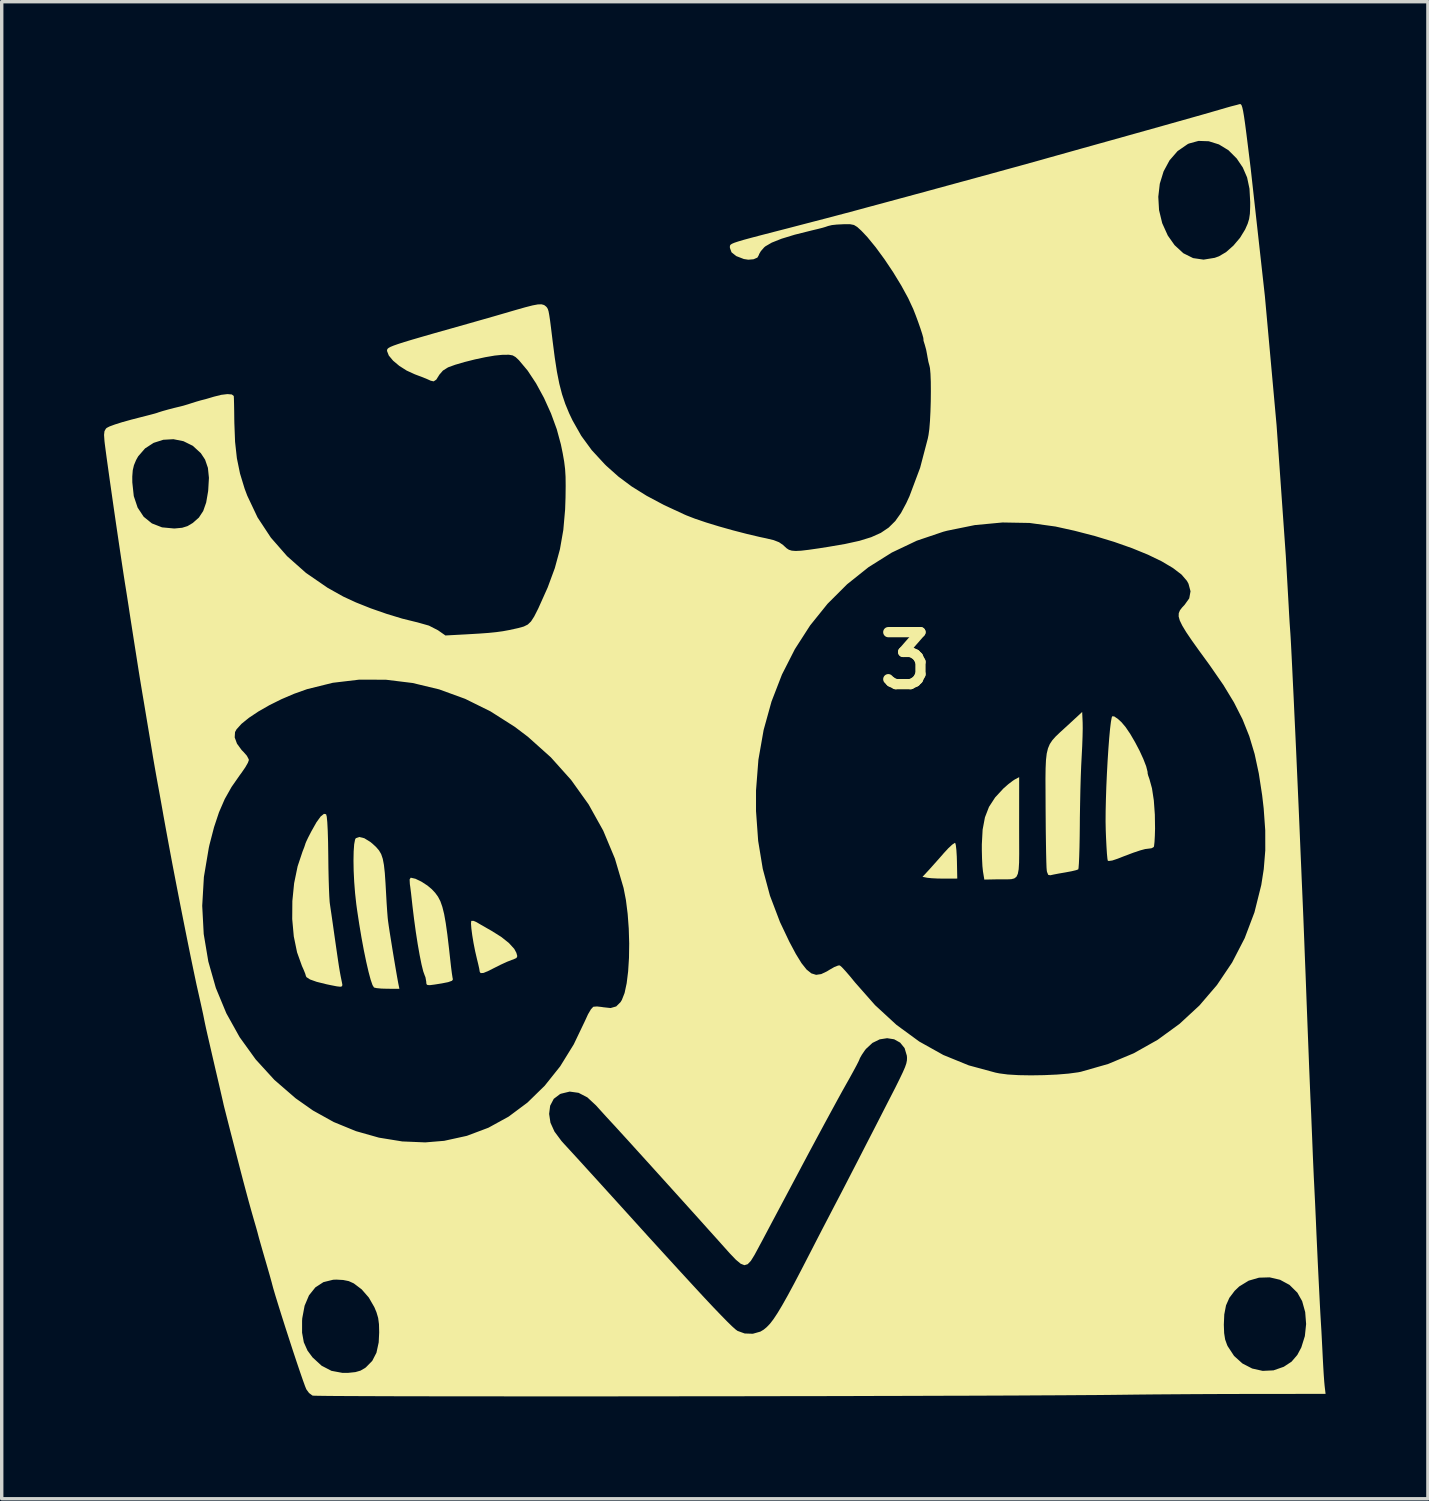
<source format=kicad_pcb>
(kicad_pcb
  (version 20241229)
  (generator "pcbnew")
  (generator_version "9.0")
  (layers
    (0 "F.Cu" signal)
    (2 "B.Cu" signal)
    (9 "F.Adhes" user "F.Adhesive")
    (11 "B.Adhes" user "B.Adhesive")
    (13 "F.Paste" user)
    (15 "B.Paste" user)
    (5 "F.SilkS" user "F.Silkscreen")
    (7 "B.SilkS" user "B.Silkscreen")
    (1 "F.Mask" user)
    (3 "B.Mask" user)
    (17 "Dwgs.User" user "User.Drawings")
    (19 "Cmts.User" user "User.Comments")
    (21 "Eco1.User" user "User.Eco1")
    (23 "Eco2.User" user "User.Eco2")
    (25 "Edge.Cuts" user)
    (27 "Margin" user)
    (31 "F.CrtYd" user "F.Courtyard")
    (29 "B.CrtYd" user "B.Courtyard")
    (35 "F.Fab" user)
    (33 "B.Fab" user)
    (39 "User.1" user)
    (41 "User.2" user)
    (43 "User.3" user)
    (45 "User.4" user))
  (footprint "3"
    (layer "F.Cu")
    (at 23.494 16.313)
    (property "Reference" "3" (at 0 0 0) (layer "F.SilkS") (effects (font (size 1.524 1.524) (thickness 0.3))))
    (attr board_only exclude_from_pos_files exclude_from_bom)
    (fp_poly (pts (xy 1.454 5.345) (xy 1.472 5.41) (xy 1.488 5.551) (xy 1.5 5.745) (xy 1.504 5.887) (xy 1.514 6.388) (xy 1.144 6.39) (xy 0.941 6.387) (xy 0.759 6.378) (xy 0.637 6.365) (xy 0.635 6.365) (xy 0.495 6.337) (xy 0.66 6.16) (xy 0.771 6.037) (xy 0.92 5.87) (xy 1.079 5.69) (xy 1.119 5.643) (xy 1.253 5.498) (xy 1.365 5.394) (xy 1.438 5.344)) (stroke (width 0) (type solid)) (fill yes) (layer "F.SilkS"))
    (fp_poly (pts (xy 3.327 4.887) (xy 3.328 5.318) (xy 3.329 5.659) (xy 3.326 5.921) (xy 3.314 6.114) (xy 3.289 6.249) (xy 3.248 6.335) (xy 3.185 6.384) (xy 3.097 6.406) (xy 2.979 6.411) (xy 2.828 6.41) (xy 2.716 6.41) (xy 2.307 6.418) (xy 2.267 6.177) (xy 2.251 6.024) (xy 2.24 5.805) (xy 2.234 5.554) (xy 2.234 5.386) (xy 2.257 4.954) (xy 2.325 4.594) (xy 2.444 4.287) (xy 2.624 4.01) (xy 2.871 3.743) (xy 2.873 3.742) (xy 3.012 3.62) (xy 3.144 3.52) (xy 3.201 3.483) (xy 3.328 3.416)) (stroke (width 0) (type solid)) (fill yes) (layer "F.SilkS"))
    (fp_poly (pts (xy -12.565 7.672) (xy -12.56 7.676) (xy -12.443 7.745) (xy -12.279 7.839) (xy -12.14 7.918) (xy -11.856 8.096) (xy -11.628 8.277) (xy -11.471 8.449) (xy -11.409 8.564) (xy -11.382 8.662) (xy -11.406 8.716) (xy -11.501 8.759) (xy -11.541 8.772) (xy -11.682 8.827) (xy -11.867 8.912) (xy -12.042 9) (xy -12.248 9.104) (xy -12.383 9.156) (xy -12.458 9.158) (xy -12.485 9.115) (xy -12.485 9.105) (xy -12.498 9.026) (xy -12.53 8.884) (xy -12.565 8.742) (xy -12.617 8.518) (xy -12.664 8.28) (xy -12.702 8.051) (xy -12.728 7.851) (xy -12.739 7.704) (xy -12.731 7.63) (xy -12.729 7.628) (xy -12.667 7.627)) (stroke (width 0) (type solid)) (fill yes) (layer "F.SilkS"))
    (fp_poly (pts (xy -14.367 6.394) (xy -14.193 6.478) (xy -14.014 6.594) (xy -13.887 6.701) (xy -13.788 6.807) (xy -13.705 6.921) (xy -13.636 7.054) (xy -13.578 7.22) (xy -13.526 7.429) (xy -13.479 7.694) (xy -13.432 8.027) (xy -13.383 8.441) (xy -13.348 8.76) (xy -13.323 8.982) (xy -13.299 9.169) (xy -13.279 9.298) (xy -13.269 9.341) (xy -13.294 9.383) (xy -13.408 9.424) (xy -13.595 9.461) (xy -13.808 9.495) (xy -13.942 9.512) (xy -14.014 9.508) (xy -14.044 9.482) (xy -14.05 9.432) (xy -14.05 9.415) (xy -14.073 9.283) (xy -14.097 9.223) (xy -14.139 9.106) (xy -14.189 8.905) (xy -14.243 8.636) (xy -14.3 8.314) (xy -14.356 7.954) (xy -14.408 7.574) (xy -14.455 7.187) (xy -14.474 7.014) (xy -14.496 6.816) (xy -14.52 6.626) (xy -14.531 6.55) (xy -14.538 6.414) (xy -14.506 6.363) (xy -14.503 6.363)) (stroke (width 0) (type solid)) (fill yes) (layer "F.SilkS"))
    (fp_poly (pts (xy -15.866 5.206) (xy -15.693 5.312) (xy -15.623 5.369) (xy -15.517 5.468) (xy -15.434 5.565) (xy -15.371 5.674) (xy -15.325 5.81) (xy -15.291 5.989) (xy -15.265 6.224) (xy -15.244 6.532) (xy -15.225 6.871) (xy -15.211 7.12) (xy -15.195 7.355) (xy -15.18 7.544) (xy -15.171 7.623) (xy -15.152 7.76) (xy -15.12 7.972) (xy -15.078 8.233) (xy -15.032 8.52) (xy -14.984 8.808) (xy -14.939 9.073) (xy -14.901 9.292) (xy -14.874 9.44) (xy -14.871 9.456) (xy -14.838 9.619) (xy -15.181 9.618) (xy -15.363 9.613) (xy -15.507 9.599) (xy -15.582 9.581) (xy -15.626 9.509) (xy -15.68 9.352) (xy -15.742 9.121) (xy -15.809 8.831) (xy -15.879 8.493) (xy -15.948 8.121) (xy -16.014 7.728) (xy -16.075 7.327) (xy -16.101 7.139) (xy -16.136 6.819) (xy -16.162 6.488) (xy -16.178 6.162) (xy -16.183 5.858) (xy -16.178 5.593) (xy -16.163 5.383) (xy -16.137 5.247) (xy -16.116 5.206) (xy -16.013 5.169)) (stroke (width 0) (type solid)) (fill yes) (layer "F.SilkS"))
    (fp_poly (pts (xy 6.115 1.636) (xy 6.224 1.711) (xy 6.328 1.806) (xy 6.449 1.95) (xy 6.585 2.151) (xy 6.724 2.389) (xy 6.856 2.64) (xy 6.968 2.884) (xy 7.051 3.098) (xy 7.092 3.26) (xy 7.094 3.307) (xy 7.109 3.367) (xy 7.146 3.471) (xy 7.221 3.743) (xy 7.275 4.097) (xy 7.305 4.514) (xy 7.311 4.923) (xy 7.305 5.138) (xy 7.295 5.316) (xy 7.282 5.432) (xy 7.274 5.462) (xy 7.206 5.5) (xy 7.121 5.511) (xy 7.022 5.523) (xy 6.877 5.562) (xy 6.671 5.631) (xy 6.393 5.736) (xy 6.215 5.806) (xy 6.057 5.859) (xy 5.953 5.873) (xy 5.925 5.862) (xy 5.914 5.798) (xy 5.9 5.651) (xy 5.887 5.44) (xy 5.874 5.182) (xy 5.866 4.973) (xy 5.861 4.716) (xy 5.863 4.408) (xy 5.871 4.062) (xy 5.883 3.694) (xy 5.9 3.316) (xy 5.92 2.945) (xy 5.943 2.593) (xy 5.967 2.276) (xy 5.992 2.006) (xy 6.017 1.799) (xy 6.041 1.668) (xy 6.056 1.631)) (stroke (width 0) (type solid)) (fill yes) (layer "F.SilkS"))
    (fp_poly (pts (xy 5.189 1.817) (xy 5.191 1.987) (xy 5.186 2.226) (xy 5.176 2.505) (xy 5.161 2.793) (xy 5.159 2.831) (xy 5.146 3.087) (xy 5.133 3.419) (xy 5.122 3.801) (xy 5.114 4.208) (xy 5.107 4.615) (xy 5.106 4.809) (xy 5.102 5.157) (xy 5.096 5.471) (xy 5.088 5.738) (xy 5.079 5.944) (xy 5.069 6.075) (xy 5.061 6.118) (xy 4.997 6.142) (xy 4.862 6.174) (xy 4.685 6.207) (xy 4.675 6.209) (xy 4.488 6.241) (xy 4.333 6.271) (xy 4.244 6.291) (xy 4.243 6.291) (xy 4.181 6.281) (xy 4.144 6.193) (xy 4.137 6.151) (xy 4.13 6.062) (xy 4.124 5.887) (xy 4.118 5.637) (xy 4.113 5.327) (xy 4.108 4.969) (xy 4.105 4.577) (xy 4.103 4.318) (xy 4.101 3.848) (xy 4.099 3.466) (xy 4.103 3.159) (xy 4.114 2.916) (xy 4.136 2.724) (xy 4.173 2.571) (xy 4.227 2.444) (xy 4.302 2.332) (xy 4.401 2.221) (xy 4.528 2.1) (xy 4.685 1.957) (xy 4.741 1.906) (xy 5.175 1.505)) (stroke (width 0) (type solid)) (fill yes) (layer "F.SilkS"))
    (fp_poly (pts (xy -16.986 4.503) (xy -16.967 4.572) (xy -16.951 4.735) (xy -16.938 4.985) (xy -16.928 5.316) (xy -16.922 5.721) (xy -16.922 5.722) (xy -16.918 6.069) (xy -16.911 6.394) (xy -16.902 6.682) (xy -16.892 6.913) (xy -16.882 7.07) (xy -16.877 7.114) (xy -16.859 7.24) (xy -16.829 7.442) (xy -16.792 7.699) (xy -16.751 7.989) (xy -16.722 8.191) (xy -16.674 8.525) (xy -16.637 8.779) (xy -16.608 8.971) (xy -16.583 9.12) (xy -16.56 9.245) (xy -16.536 9.364) (xy -16.522 9.431) (xy -16.509 9.503) (xy -16.519 9.545) (xy -16.568 9.559) (xy -16.673 9.547) (xy -16.851 9.512) (xy -16.975 9.486) (xy -17.261 9.415) (xy -17.458 9.345) (xy -17.562 9.277) (xy -17.578 9.243) (xy -17.599 9.172) (xy -17.651 9.045) (xy -17.693 8.952) (xy -17.837 8.55) (xy -17.933 8.083) (xy -17.979 7.575) (xy -17.975 7.048) (xy -17.923 6.525) (xy -17.821 6.03) (xy -17.677 5.598) (xy -17.627 5.471) (xy -17.598 5.385) (xy -17.596 5.373) (xy -17.572 5.313) (xy -17.514 5.19) (xy -17.431 5.029) (xy -17.418 5.004) (xy -17.268 4.738) (xy -17.144 4.567) (xy -17.048 4.491)) (stroke (width 0) (type solid)) (fill yes) (layer "F.SilkS"))
    (fp_poly (pts (xy 9.828 -16.304) (xy 9.849 -16.272) (xy 9.87 -16.208) (xy 9.893 -16.103) (xy 9.919 -15.949) (xy 9.95 -15.735) (xy 9.987 -15.452) (xy 10.032 -15.093) (xy 10.087 -14.647) (xy 10.115 -14.419) (xy 10.53 -10.685) (xy 10.873 -6.898) (xy 11.143 -3.078) (xy 11.226 -1.628) (xy 11.24 -1.367) (xy 11.256 -1.101) (xy 11.272 -0.872) (xy 11.277 -0.802) (xy 11.285 -0.676) (xy 11.297 -0.461) (xy 11.312 -0.167) (xy 11.33 0.194) (xy 11.35 0.613) (xy 11.373 1.078) (xy 11.396 1.578) (xy 11.421 2.104) (xy 11.446 2.643) (xy 11.47 3.185) (xy 11.494 3.721) (xy 11.517 4.237) (xy 11.538 4.725) (xy 11.548 4.96) (xy 11.564 5.34) (xy 11.58 5.722) (xy 11.596 6.083) (xy 11.609 6.401) (xy 11.62 6.652) (xy 11.624 6.738) (xy 11.634 6.974) (xy 11.645 7.23) (xy 11.657 7.517) (xy 11.67 7.847) (xy 11.685 8.23) (xy 11.702 8.677) (xy 11.723 9.201) (xy 11.746 9.811) (xy 11.75 9.92) (xy 11.774 10.544) (xy 11.795 11.079) (xy 11.813 11.537) (xy 11.828 11.928) (xy 11.842 12.265) (xy 11.854 12.558) (xy 11.865 12.818) (xy 11.875 13.026) (xy 11.887 13.292) (xy 11.9 13.615) (xy 11.914 13.953) (xy 11.925 14.228) (xy 11.937 14.531) (xy 11.951 14.847) (xy 11.964 15.139) (xy 11.975 15.355) (xy 11.987 15.6) (xy 12.002 15.901) (xy 12.016 16.213) (xy 12.025 16.407) (xy 12.042 16.809) (xy 12.062 17.236) (xy 12.082 17.67) (xy 12.103 18.096) (xy 12.123 18.495) (xy 12.141 18.852) (xy 12.157 19.15) (xy 12.17 19.371) (xy 12.174 19.438) (xy 12.187 19.648) (xy 12.201 19.918) (xy 12.216 20.21) (xy 12.226 20.415) (xy 12.24 20.678) (xy 12.255 20.928) (xy 12.27 21.135) (xy 12.281 21.254) (xy 12.309 21.492) (xy 10.167 21.494) (xy 9.628 21.495) (xy 9.046 21.497) (xy 8.446 21.5) (xy 7.852 21.504) (xy 7.288 21.508) (xy 6.778 21.513) (xy 6.375 21.518) (xy 6.032 21.522) (xy 5.612 21.526) (xy 5.118 21.529) (xy 4.558 21.533) (xy 3.936 21.536) (xy 3.256 21.54) (xy 2.526 21.543) (xy 1.749 21.546) (xy 0.932 21.548) (xy 0.078 21.551) (xy -0.805 21.553) (xy -1.714 21.556) (xy -2.642 21.558) (xy -3.585 21.559) (xy -4.537 21.561) (xy -5.493 21.562) (xy -6.448 21.563) (xy -7.396 21.564) (xy -8.332 21.565) (xy -9.251 21.566) (xy -10.147 21.566) (xy -11.016 21.566) (xy -11.852 21.565) (xy -12.649 21.565) (xy -13.403 21.564) (xy -14.108 21.563) (xy -14.759 21.562) (xy -15.35 21.56) (xy -15.877 21.558) (xy -16.333 21.556) (xy -16.715 21.554) (xy -17.016 21.551) (xy -17.231 21.548) (xy -17.355 21.545) (xy -17.385 21.542) (xy -17.487 21.466) (xy -17.566 21.357) (xy -17.604 21.263) (xy -17.667 21.089) (xy -17.75 20.849) (xy -17.848 20.559) (xy -17.956 20.234) (xy -18.068 19.889) (xy -18.181 19.54) (xy -18.241 19.351) (xy -17.69 19.351) (xy -17.69 19.699) (xy -17.639 19.981) (xy -17.531 20.223) (xy -17.383 20.423) (xy -17.117 20.667) (xy -16.828 20.817) (xy -16.505 20.877) (xy -16.339 20.876) (xy -16.128 20.854) (xy -15.978 20.811) (xy -15.848 20.736) (xy -15.82 20.715) (xy -15.634 20.526) (xy -15.51 20.286) (xy -15.444 19.982) (xy -15.43 19.689) (xy -15.436 19.449) (xy -15.46 19.267) (xy -15.509 19.101) (xy -15.572 18.95) (xy -15.735 18.668) (xy -15.943 18.429) (xy -16.174 18.254) (xy -16.322 18.187) (xy -16.486 18.154) (xy -16.687 18.143) (xy -16.781 18.147) (xy -17.064 18.217) (xy -17.301 18.371) (xy -17.487 18.604) (xy -17.616 18.908) (xy -17.685 19.276) (xy -17.69 19.351) (xy -18.241 19.351) (xy -18.289 19.201) (xy -18.387 18.887) (xy -18.471 18.615) (xy -18.535 18.398) (xy -18.574 18.253) (xy -18.577 18.239) (xy -18.598 18.163) (xy -18.64 18.012) (xy -18.699 17.807) (xy -18.768 17.568) (xy -18.778 17.536) (xy -18.848 17.294) (xy -18.908 17.084) (xy -18.953 16.925) (xy -18.976 16.839) (xy -18.977 16.834) (xy -18.998 16.754) (xy -19.04 16.604) (xy -19.096 16.412) (xy -19.119 16.332) (xy -19.18 16.118) (xy -19.257 15.841) (xy -19.339 15.536) (xy -19.419 15.236) (xy -19.427 15.205) (xy -19.496 14.941) (xy -19.572 14.646) (xy -19.652 14.336) (xy -19.732 14.026) (xy -19.808 13.732) (xy -19.875 13.469) (xy -19.93 13.252) (xy -19.97 13.096) (xy -19.989 13.018) (xy -19.991 13.012) (xy -19.995 12.99) (xy -20.008 12.932) (xy -20.032 12.827) (xy -20.07 12.662) (xy -20.124 12.427) (xy -20.198 12.11) (xy -20.224 11.999) (xy -20.323 11.572) (xy -20.401 11.233) (xy -20.462 10.969) (xy -20.507 10.77) (xy -20.538 10.625) (xy -20.559 10.523) (xy -20.569 10.471) (xy -20.589 10.372) (xy -20.626 10.201) (xy -20.674 9.985) (xy -20.717 9.794) (xy -20.784 9.497) (xy -20.864 9.117) (xy -20.957 8.669) (xy -21.058 8.17) (xy -21.165 7.635) (xy -21.254 7.186) (xy -20.617 7.186) (xy -20.573 8.014) (xy -20.438 8.819) (xy -20.217 9.596) (xy -19.91 10.337) (xy -19.52 11.037) (xy -19.049 11.69) (xy -18.501 12.29) (xy -17.877 12.83) (xy -17.371 13.186) (xy -16.763 13.524) (xy -16.112 13.791) (xy -15.437 13.982) (xy -14.753 14.093) (xy -14.08 14.121) (xy -13.525 14.075) (xy -12.86 13.929) (xy -12.228 13.691) (xy -11.635 13.365) (xy -11.529 13.286) (xy -10.449 13.286) (xy -10.41 13.544) (xy -10.292 13.804) (xy -10.087 14.08) (xy -9.999 14.178) (xy -9.913 14.271) (xy -9.768 14.429) (xy -9.571 14.644) (xy -9.331 14.908) (xy -9.055 15.211) (xy -8.752 15.545) (xy -8.428 15.902) (xy -8.107 16.256) (xy -7.548 16.874) (xy -7.051 17.419) (xy -6.615 17.896) (xy -6.236 18.308) (xy -5.912 18.659) (xy -5.638 18.951) (xy -5.411 19.187) (xy -5.23 19.372) (xy -5.091 19.508) (xy -4.99 19.599) (xy -4.927 19.646) (xy -4.717 19.722) (xy -4.479 19.73) (xy -4.259 19.668) (xy -4.253 19.665) (xy -4.161 19.61) (xy -4.071 19.536) (xy -4.001 19.463) (xy 9.327 19.463) (xy 9.336 19.711) (xy 9.365 19.897) (xy 9.423 20.059) (xy 9.438 20.092) (xy 9.627 20.38) (xy 9.872 20.601) (xy 10.158 20.749) (xy 10.466 20.818) (xy 10.782 20.803) (xy 11.084 20.698) (xy 11.311 20.549) (xy 11.481 20.351) (xy 11.598 20.131) (xy 11.702 19.799) (xy 11.739 19.445) (xy 11.712 19.095) (xy 11.623 18.775) (xy 11.483 18.526) (xy 11.252 18.298) (xy 10.975 18.148) (xy 10.671 18.077) (xy 10.359 18.086) (xy 10.055 18.174) (xy 9.779 18.343) (xy 9.644 18.472) (xy 9.489 18.677) (xy 9.391 18.898) (xy 9.34 19.163) (xy 9.327 19.463) (xy -4.001 19.463) (xy -3.976 19.437) (xy -3.873 19.303) (xy -3.756 19.126) (xy -3.62 18.9) (xy -3.46 18.616) (xy -3.271 18.266) (xy -3.049 17.842) (xy -2.788 17.336) (xy -2.774 17.309) (xy -2.617 17.003) (xy -2.456 16.691) (xy -2.304 16.399) (xy -2.175 16.151) (xy -2.1 16.007) (xy -2.006 15.827) (xy -1.893 15.611) (xy -1.758 15.35) (xy -1.597 15.038) (xy -1.406 14.668) (xy -1.183 14.233) (xy -0.922 13.726) (xy -0.622 13.14) (xy -0.476 12.855) (xy -0.304 12.52) (xy -0.175 12.26) (xy -0.081 12.063) (xy -0.017 11.916) (xy 0.021 11.805) (xy 0.038 11.718) (xy 0.041 11.641) (xy 0.036 11.579) (xy -0.03 11.358) (xy -0.16 11.197) (xy -0.336 11.099) (xy -0.542 11.067) (xy -0.76 11.101) (xy -0.972 11.205) (xy -1.162 11.381) (xy -1.197 11.426) (xy -1.284 11.554) (xy -1.339 11.65) (xy -1.35 11.68) (xy -1.374 11.736) (xy -1.439 11.864) (xy -1.537 12.046) (xy -1.659 12.267) (xy -1.741 12.412) (xy -1.855 12.615) (xy -2.007 12.892) (xy -2.19 13.228) (xy -2.396 13.608) (xy -2.616 14.017) (xy -2.843 14.44) (xy -3.068 14.863) (xy -3.076 14.879) (xy -3.296 15.293) (xy -3.512 15.7) (xy -3.718 16.087) (xy -3.906 16.44) (xy -4.069 16.748) (xy -4.2 16.995) (xy -4.293 17.168) (xy -4.301 17.184) (xy -4.43 17.422) (xy -4.535 17.592) (xy -4.629 17.691) (xy -4.725 17.72) (xy -4.835 17.677) (xy -4.974 17.561) (xy -5.154 17.373) (xy -5.377 17.124) (xy -5.561 16.918) (xy -5.791 16.663) (xy -6.056 16.367) (xy -6.348 16.043) (xy -6.658 15.699) (xy -6.975 15.348) (xy -7.291 14.998) (xy -7.596 14.661) (xy -7.881 14.347) (xy -8.136 14.065) (xy -8.353 13.828) (xy -8.52 13.644) (xy -8.629 13.527) (xy -8.79 13.352) (xy -8.955 13.17) (xy -9.077 13.035) (xy -9.328 12.802) (xy -9.586 12.668) (xy -9.846 12.632) (xy -10.106 12.695) (xy -10.132 12.707) (xy -10.313 12.844) (xy -10.419 13.046) (xy -10.449 13.286) (xy -11.529 13.286) (xy -11.084 12.954) (xy -10.579 12.461) (xy -10.125 11.892) (xy -9.727 11.248) (xy -9.398 10.56) (xy -9.308 10.364) (xy -9.223 10.22) (xy -9.157 10.148) (xy -9.149 10.145) (xy -9.045 10.137) (xy -8.899 10.153) (xy -8.868 10.159) (xy -8.647 10.183) (xy -8.483 10.136) (xy -8.356 10.01) (xy -8.317 9.946) (xy -8.237 9.742) (xy -8.176 9.457) (xy -8.133 9.108) (xy -8.108 8.713) (xy -8.102 8.289) (xy -8.115 7.853) (xy -8.147 7.423) (xy -8.198 7.017) (xy -8.267 6.663) (xy -8.521 5.802) (xy -8.863 4.984) (xy -9.292 4.214) (xy -9.583 3.807) (xy -4.385 3.807) (xy -4.385 4.409) (xy -4.322 5.283) (xy -4.187 6.103) (xy -3.976 6.89) (xy -3.682 7.664) (xy -3.409 8.239) (xy -3.218 8.597) (xy -3.052 8.867) (xy -2.903 9.055) (xy -2.763 9.167) (xy -2.623 9.21) (xy -2.474 9.188) (xy -2.307 9.109) (xy -2.233 9.063) (xy -2.092 8.982) (xy -1.978 8.937) (xy -1.929 8.934) (xy -1.872 8.982) (xy -1.769 9.092) (xy -1.634 9.248) (xy -1.487 9.428) (xy -0.895 10.099) (xy -0.266 10.678) (xy 0.4 11.165) (xy 1.105 11.559) (xy 1.85 11.863) (xy 2.635 12.076) (xy 2.75 12.099) (xy 2.995 12.131) (xy 3.312 12.15) (xy 3.676 12.156) (xy 4.058 12.15) (xy 4.434 12.133) (xy 4.775 12.105) (xy 5.056 12.067) (xy 5.137 12.051) (xy 5.935 11.823) (xy 6.686 11.509) (xy 7.386 11.115) (xy 8.029 10.647) (xy 8.611 10.109) (xy 9.126 9.508) (xy 9.57 8.848) (xy 9.938 8.136) (xy 10.225 7.377) (xy 10.425 6.575) (xy 10.497 6.113) (xy 10.542 5.564) (xy 10.541 4.977) (xy 10.495 4.332) (xy 10.45 3.944) (xy 10.352 3.307) (xy 10.23 2.738) (xy 10.073 2.215) (xy 9.874 1.718) (xy 9.624 1.225) (xy 9.314 0.714) (xy 8.935 0.166) (xy 8.878 0.086) (xy 8.606 -0.287) (xy 8.389 -0.591) (xy 8.225 -0.833) (xy 8.109 -1.025) (xy 8.036 -1.175) (xy 8.003 -1.293) (xy 8.006 -1.39) (xy 8.041 -1.475) (xy 8.104 -1.557) (xy 8.175 -1.632) (xy 8.313 -1.825) (xy 8.351 -2.032) (xy 8.291 -2.254) (xy 8.245 -2.338) (xy 8.086 -2.523) (xy 7.836 -2.714) (xy 7.506 -2.91) (xy 7.103 -3.105) (xy 6.636 -3.296) (xy 6.116 -3.479) (xy 5.551 -3.651) (xy 4.95 -3.807) (xy 4.394 -3.93) (xy 3.632 -4.035) (xy 2.841 -4.049) (xy 2.031 -3.973) (xy 1.215 -3.807) (xy 1.105 -3.778) (xy 0.327 -3.515) (xy -0.405 -3.167) (xy -1.087 -2.739) (xy -1.716 -2.237) (xy -2.288 -1.666) (xy -2.799 -1.031) (xy -3.245 -0.338) (xy -3.624 0.407) (xy -3.931 1.2) (xy -4.162 2.034) (xy -4.315 2.905) (xy -4.385 3.807) (xy -9.583 3.807) (xy -9.805 3.497) (xy -10.398 2.835) (xy -11.07 2.233) (xy -11.454 1.942) (xy -12.167 1.488) (xy -12.909 1.121) (xy -13.672 0.843) (xy -14.45 0.656) (xy -15.234 0.56) (xy -16.017 0.558) (xy -16.791 0.65) (xy -17.549 0.838) (xy -17.55 0.839) (xy -17.924 0.972) (xy -18.295 1.131) (xy -18.649 1.307) (xy -18.972 1.492) (xy -19.249 1.677) (xy -19.467 1.854) (xy -19.612 2.015) (xy -19.655 2.094) (xy -19.665 2.251) (xy -19.598 2.434) (xy -19.462 2.621) (xy -19.406 2.677) (xy -19.308 2.789) (xy -19.254 2.892) (xy -19.25 2.916) (xy -19.279 2.996) (xy -19.356 3.13) (xy -19.468 3.293) (xy -19.515 3.356) (xy -19.757 3.703) (xy -19.957 4.058) (xy -20.125 4.445) (xy -20.271 4.884) (xy -20.404 5.397) (xy -20.424 5.487) (xy -20.568 6.342) (xy -20.617 7.186) (xy -21.254 7.186) (xy -21.275 7.079) (xy -21.384 6.518) (xy -21.49 5.968) (xy -21.588 5.444) (xy -21.677 4.962) (xy -21.754 4.538) (xy -21.772 4.434) (xy -21.787 4.35) (xy -21.816 4.188) (xy -21.855 3.97) (xy -21.901 3.716) (xy -21.917 3.632) (xy -21.965 3.366) (xy -22.008 3.123) (xy -22.042 2.927) (xy -22.064 2.8) (xy -22.067 2.78) (xy -22.082 2.687) (xy -22.111 2.512) (xy -22.151 2.272) (xy -22.199 1.985) (xy -22.252 1.669) (xy -22.267 1.578) (xy -22.321 1.254) (xy -22.372 0.953) (xy -22.415 0.694) (xy -22.448 0.493) (xy -22.468 0.368) (xy -22.471 0.351) (xy -22.547 -0.133) (xy -22.615 -0.564) (xy -22.673 -0.935) (xy -22.72 -1.236) (xy -22.754 -1.457) (xy -22.774 -1.59) (xy -22.776 -1.603) (xy -22.796 -1.731) (xy -22.826 -1.924) (xy -22.862 -2.15) (xy -22.879 -2.254) (xy -22.919 -2.511) (xy -22.967 -2.828) (xy -23.022 -3.194) (xy -23.081 -3.593) (xy -23.143 -4.013) (xy -23.205 -4.44) (xy -23.265 -4.859) (xy -23.322 -5.257) (xy -23.341 -5.393) (xy -22.667 -5.393) (xy -22.666 -5.225) (xy -22.623 -4.822) (xy -22.51 -4.485) (xy -22.332 -4.216) (xy -22.092 -4.022) (xy -21.795 -3.906) (xy -21.445 -3.873) (xy -21.414 -3.874) (xy -21.205 -3.894) (xy -21.049 -3.942) (xy -20.896 -4.033) (xy -20.893 -4.035) (xy -20.715 -4.192) (xy -20.588 -4.385) (xy -20.501 -4.633) (xy -20.445 -4.957) (xy -20.441 -4.994) (xy -20.42 -5.357) (xy -20.45 -5.649) (xy -20.533 -5.891) (xy -20.658 -6.081) (xy -20.893 -6.296) (xy -21.166 -6.431) (xy -21.461 -6.49) (xy -21.758 -6.473) (xy -22.041 -6.383) (xy -22.292 -6.22) (xy -22.493 -5.989) (xy -22.555 -5.879) (xy -22.618 -5.728) (xy -22.653 -5.579) (xy -22.667 -5.393) (xy -23.341 -5.393) (xy -23.373 -5.621) (xy -23.417 -5.936) (xy -23.451 -6.19) (xy -23.474 -6.367) (xy -23.482 -6.438) (xy -23.494 -6.615) (xy -23.482 -6.724) (xy -23.443 -6.794) (xy -23.418 -6.82) (xy -23.335 -6.863) (xy -23.178 -6.921) (xy -22.966 -6.988) (xy -22.724 -7.055) (xy -22.7 -7.062) (xy -22.424 -7.133) (xy -22.228 -7.183) (xy -22.098 -7.217) (xy -22.016 -7.239) (xy -21.968 -7.253) (xy -21.936 -7.263) (xy -21.906 -7.274) (xy -21.9 -7.276) (xy -21.783 -7.313) (xy -21.615 -7.36) (xy -21.439 -7.406) (xy -21.302 -7.439) (xy -21.284 -7.443) (xy -21.177 -7.47) (xy -21.023 -7.516) (xy -20.95 -7.54) (xy -20.791 -7.59) (xy -20.66 -7.628) (xy -20.621 -7.638) (xy -20.518 -7.664) (xy -20.365 -7.709) (xy -20.275 -7.736) (xy -20.06 -7.79) (xy -19.878 -7.812) (xy -19.749 -7.801) (xy -19.692 -7.756) (xy -19.692 -7.753) (xy -19.688 -7.682) (xy -19.684 -7.531) (xy -19.68 -7.32) (xy -19.677 -7.067) (xy -19.675 -6.964) (xy -19.654 -6.414) (xy -19.601 -5.931) (xy -19.509 -5.483) (xy -19.374 -5.04) (xy -19.297 -4.835) (xy -18.995 -4.197) (xy -18.605 -3.605) (xy -18.13 -3.062) (xy -17.575 -2.57) (xy -16.941 -2.134) (xy -16.484 -1.878) (xy -16.112 -1.706) (xy -15.676 -1.532) (xy -15.211 -1.37) (xy -14.754 -1.231) (xy -14.338 -1.128) (xy -14.325 -1.126) (xy -13.972 -1.026) (xy -13.709 -0.891) (xy -13.707 -0.89) (xy -13.488 -0.737) (xy -12.857 -0.771) (xy -12.503 -0.792) (xy -12.226 -0.812) (xy -12 -0.835) (xy -11.803 -0.862) (xy -11.609 -0.898) (xy -11.395 -0.945) (xy -11.35 -0.955) (xy -11.192 -0.999) (xy -11.075 -1.057) (xy -10.98 -1.148) (xy -10.887 -1.292) (xy -10.778 -1.507) (xy -10.766 -1.531) (xy -10.492 -2.142) (xy -10.282 -2.711) (xy -10.132 -3.264) (xy -10.033 -3.829) (xy -9.98 -4.431) (xy -9.968 -4.784) (xy -9.964 -5.121) (xy -9.967 -5.388) (xy -9.981 -5.616) (xy -10.008 -5.834) (xy -10.05 -6.074) (xy -10.104 -6.337) (xy -10.225 -6.783) (xy -10.394 -7.245) (xy -10.6 -7.701) (xy -10.832 -8.127) (xy -11.079 -8.501) (xy -11.328 -8.798) (xy -11.337 -8.808) (xy -11.433 -8.898) (xy -11.517 -8.946) (xy -11.625 -8.965) (xy -11.792 -8.964) (xy -11.833 -8.962) (xy -12.043 -8.941) (xy -12.317 -8.894) (xy -12.622 -8.829) (xy -12.927 -8.752) (xy -13.201 -8.672) (xy -13.411 -8.596) (xy -13.562 -8.501) (xy -13.669 -8.377) (xy -13.673 -8.369) (xy -13.757 -8.235) (xy -13.834 -8.185) (xy -13.926 -8.206) (xy -13.935 -8.211) (xy -14.025 -8.252) (xy -14.177 -8.313) (xy -14.362 -8.383) (xy -14.388 -8.393) (xy -14.624 -8.501) (xy -14.841 -8.639) (xy -15.022 -8.791) (xy -15.148 -8.942) (xy -15.2 -9.075) (xy -15.2 -9.086) (xy -15.197 -9.113) (xy -15.184 -9.139) (xy -15.153 -9.166) (xy -15.096 -9.197) (xy -15.006 -9.234) (xy -14.875 -9.28) (xy -14.695 -9.338) (xy -14.459 -9.409) (xy -14.16 -9.496) (xy -13.789 -9.603) (xy -13.338 -9.73) (xy -12.801 -9.882) (xy -12.65 -9.925) (xy -12.39 -9.999) (xy -12.075 -10.089) (xy -11.745 -10.185) (xy -11.45 -10.271) (xy -11.151 -10.356) (xy -10.932 -10.412) (xy -10.776 -10.441) (xy -10.669 -10.443) (xy -10.595 -10.422) (xy -10.54 -10.38) (xy -10.511 -10.348) (xy -10.487 -10.305) (xy -10.466 -10.239) (xy -10.446 -10.133) (xy -10.422 -9.975) (xy -10.393 -9.748) (xy -10.355 -9.439) (xy -10.348 -9.379) (xy -10.284 -8.882) (xy -10.22 -8.466) (xy -10.15 -8.114) (xy -10.07 -7.806) (xy -9.976 -7.525) (xy -9.863 -7.251) (xy -9.762 -7.039) (xy -9.506 -6.587) (xy -9.2 -6.169) (xy -8.821 -5.758) (xy -8.768 -5.706) (xy -8.418 -5.394) (xy -8.03 -5.105) (xy -7.59 -4.831) (xy -7.083 -4.561) (xy -6.493 -4.287) (xy -6.425 -4.257) (xy -6.175 -4.16) (xy -5.85 -4.05) (xy -5.474 -3.935) (xy -5.07 -3.821) (xy -4.661 -3.715) (xy -4.272 -3.623) (xy -4.092 -3.585) (xy -3.866 -3.531) (xy -3.71 -3.47) (xy -3.592 -3.389) (xy -3.558 -3.357) (xy -3.49 -3.294) (xy -3.421 -3.249) (xy -3.336 -3.223) (xy -3.221 -3.214) (xy -3.061 -3.222) (xy -2.842 -3.248) (xy -2.549 -3.29) (xy -2.275 -3.333) (xy -1.769 -3.42) (xy -1.351 -3.512) (xy -1.008 -3.618) (xy -0.727 -3.744) (xy -0.497 -3.899) (xy -0.304 -4.09) (xy -0.136 -4.326) (xy 0.018 -4.613) (xy 0.113 -4.819) (xy 0.425 -5.651) (xy 0.65 -6.508) (xy 0.671 -6.613) (xy 0.695 -6.787) (xy 0.714 -7.023) (xy 0.728 -7.301) (xy 0.737 -7.599) (xy 0.74 -7.896) (xy 0.738 -8.172) (xy 0.729 -8.404) (xy 0.714 -8.573) (xy 0.699 -8.642) (xy 0.668 -8.757) (xy 0.639 -8.912) (xy 0.634 -8.944) (xy 0.602 -9.113) (xy 0.56 -9.265) (xy 0.554 -9.282) (xy 0.524 -9.379) (xy 0.523 -9.419) (xy 0.518 -9.462) (xy 0.486 -9.576) (xy 0.433 -9.739) (xy 0.367 -9.928) (xy 0.296 -10.12) (xy 0.228 -10.293) (xy 0.228 -10.295) (xy 0.074 -10.626) (xy -0.129 -10.997) (xy -0.365 -11.384) (xy -0.62 -11.765) (xy -0.878 -12.117) (xy -1.124 -12.417) (xy -1.297 -12.6) (xy -1.418 -12.71) (xy -1.514 -12.769) (xy -1.626 -12.791) (xy -1.793 -12.791) (xy -1.815 -12.791) (xy -2.019 -12.781) (xy -2.159 -12.766) (xy -2.272 -12.739) (xy -2.35 -12.712) (xy -2.434 -12.687) (xy -2.584 -12.649) (xy -2.768 -12.605) (xy -2.775 -12.603) (xy -3.254 -12.483) (xy -3.636 -12.366) (xy -3.923 -12.252) (xy -4.11 -12.143) (xy -4.148 -12.111) (xy -4.243 -12.002) (xy -4.296 -11.911) (xy -4.3 -11.891) (xy -4.344 -11.813) (xy -4.457 -11.764) (xy -4.611 -11.751) (xy -4.742 -11.771) (xy -4.964 -11.857) (xy -5.103 -11.968) (xy -5.15 -12.098) (xy -5.151 -12.133) (xy -5.148 -12.163) (xy -5.131 -12.19) (xy -5.091 -12.217) (xy -5.019 -12.248) (xy -4.905 -12.286) (xy -4.739 -12.335) (xy -4.514 -12.396) (xy -4.218 -12.474) (xy -3.843 -12.571) (xy -3.45 -12.672) (xy -3.067 -12.772) (xy -2.691 -12.87) (xy -2.34 -12.961) (xy -2.033 -13.042) (xy -1.787 -13.107) (xy -1.625 -13.15) (xy -1.394 -13.212) (xy -1.104 -13.291) (xy -0.795 -13.374) (xy -0.525 -13.447) (xy -0.153 -13.548) (xy 0.023 -13.595) (xy 7.406 -13.595) (xy 7.428 -13.205) (xy 7.521 -12.821) (xy 7.684 -12.46) (xy 7.883 -12.178) (xy 8.141 -11.94) (xy 8.426 -11.798) (xy 8.733 -11.753) (xy 9.059 -11.806) (xy 9.184 -11.851) (xy 9.392 -11.973) (xy 9.607 -12.163) (xy 9.802 -12.393) (xy 9.951 -12.637) (xy 9.957 -12.65) (xy 10.026 -12.806) (xy 10.068 -12.944) (xy 10.091 -13.098) (xy 10.099 -13.3) (xy 10.1 -13.437) (xy 10.079 -13.832) (xy 10.009 -14.162) (xy 9.883 -14.453) (xy 9.705 -14.717) (xy 9.462 -14.96) (xy 9.183 -15.13) (xy 8.885 -15.223) (xy 8.585 -15.233) (xy 8.301 -15.155) (xy 8.266 -15.138) (xy 7.971 -14.934) (xy 7.735 -14.662) (xy 7.561 -14.339) (xy 7.45 -13.978) (xy 7.406 -13.595) (xy 0.023 -13.595) (xy 0.265 -13.661) (xy 0.715 -13.783) (xy 1.183 -13.911) (xy 1.657 -14.04) (xy 2.123 -14.167) (xy 2.568 -14.289) (xy 2.978 -14.402) (xy 3.341 -14.501) (xy 3.643 -14.585) (xy 3.87 -14.648) (xy 3.975 -14.677) (xy 4.182 -14.736) (xy 4.461 -14.814) (xy 4.786 -14.905) (xy 5.134 -15.003) (xy 5.48 -15.099) (xy 5.5 -15.105) (xy 6.031 -15.253) (xy 6.556 -15.4) (xy 7.063 -15.542) (xy 7.544 -15.677) (xy 7.987 -15.802) (xy 8.381 -15.913) (xy 8.717 -16.008) (xy 8.984 -16.085) (xy 9.171 -16.139) (xy 9.24 -16.159) (xy 9.404 -16.207) (xy 9.539 -16.245) (xy 9.59 -16.258) (xy 9.711 -16.289) (xy 9.778 -16.308) (xy 9.804 -16.313)) (stroke (width 0) (type solid)) (fill yes) (layer "F.SilkS")))
  (gr_rect
    (start -3 -3)
    (end 38.803 40.879)
    (stroke (width 0.1) (type default))
    (fill no)
    (layer "Edge.Cuts")))
</source>
